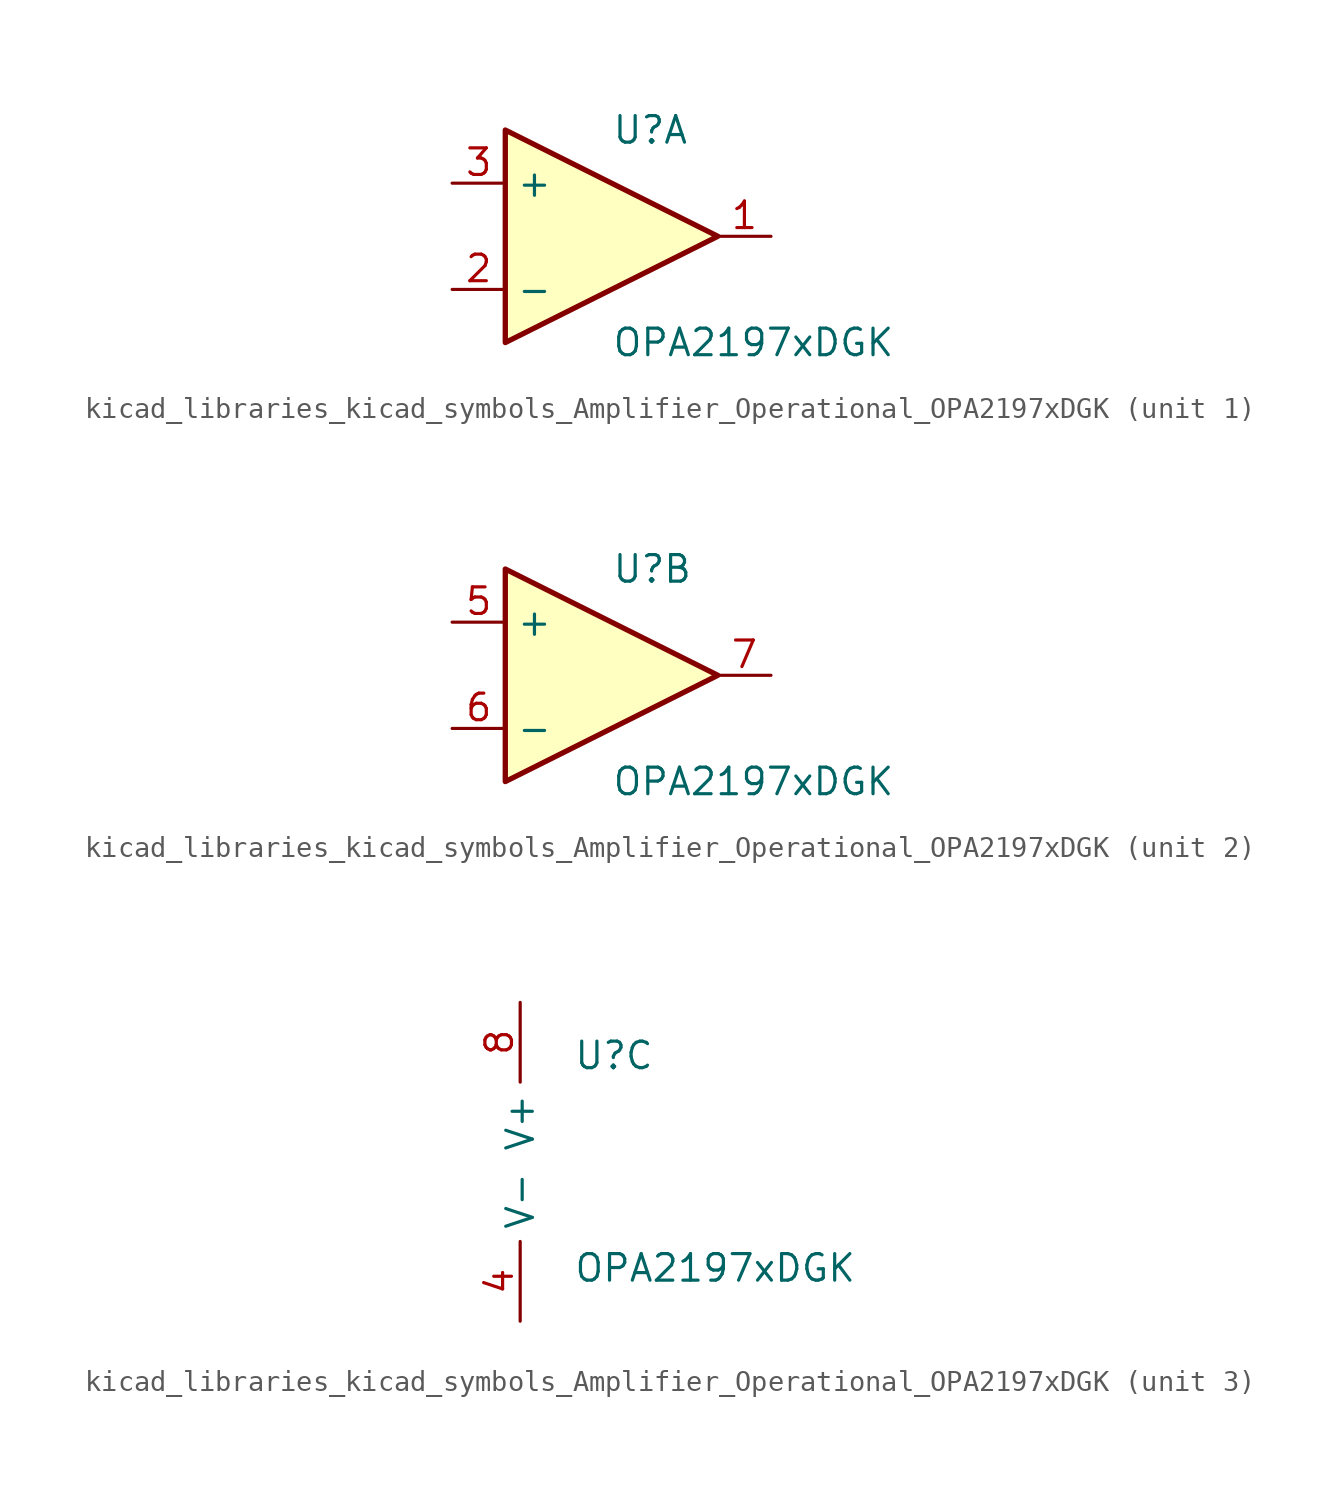
<source format=kicad_sym>
(kicad_symbol_lib
  (version 20220914)
  (generator kicad_symbol_editor)
  (symbol "kicad_libraries_kicad_symbols_Amplifier_Operational_OPA2197xDGK"
    (property "Reference" "U"
      (at 0 5.08 0)
      (effects (font (size 1.27 1.27)) (justify left)))
    (property "Value" "OPA2197xDGK"
      (at 0 -5.08 0)
      (effects (font (size 1.27 1.27)) (justify left)))
    (property "ki_locked" ""
      (at 0 0 0)
      (effects (font (size 1.27 1.27))))
    (symbol "kicad_libraries_kicad_symbols_Amplifier_Operational_OPA2197xDGK_1_1"
      (polyline (pts (xy -5.08 5.08) (xy 5.08 0) (xy -5.08 -5.08) (xy -5.08 5.08)) (stroke (width 0.254) (type default)) (fill (type background)))
      (pin output line (at 7.62 0 180) (length 2.54) (name "~" (effects (font (size 1.27 1.27)))) (number "1" (effects (font (size 1.27 1.27)))))
      (pin input line (at -7.62 -2.54 0) (length 2.54) (name "-" (effects (font (size 1.27 1.27)))) (number "2" (effects (font (size 1.27 1.27)))))
      (pin input line (at -7.62 2.54 0) (length 2.54) (name "+" (effects (font (size 1.27 1.27)))) (number "3" (effects (font (size 1.27 1.27))))))
    (symbol "kicad_libraries_kicad_symbols_Amplifier_Operational_OPA2197xDGK_2_1"
      (polyline (pts (xy -5.08 5.08) (xy 5.08 0) (xy -5.08 -5.08) (xy -5.08 5.08)) (stroke (width 0.254) (type default)) (fill (type background)))
      (pin input line (at -7.62 2.54 0) (length 2.54) (name "+" (effects (font (size 1.27 1.27)))) (number "5" (effects (font (size 1.27 1.27)))))
      (pin input line (at -7.62 -2.54 0) (length 2.54) (name "-" (effects (font (size 1.27 1.27)))) (number "6" (effects (font (size 1.27 1.27)))))
      (pin output line (at 7.62 0 180) (length 2.54) (name "~" (effects (font (size 1.27 1.27)))) (number "7" (effects (font (size 1.27 1.27))))))
    (symbol "kicad_libraries_kicad_symbols_Amplifier_Operational_OPA2197xDGK_3_1"
      (pin power_in line (at -2.54 -7.62 90) (length 3.81) (name "V-" (effects (font (size 1.27 1.27)))) (number "4" (effects (font (size 1.27 1.27)))))
      (pin power_in line (at -2.54 7.62 270) (length 3.81) (name "V+" (effects (font (size 1.27 1.27)))) (number "8" (effects (font (size 1.27 1.27))))))))
</source>
